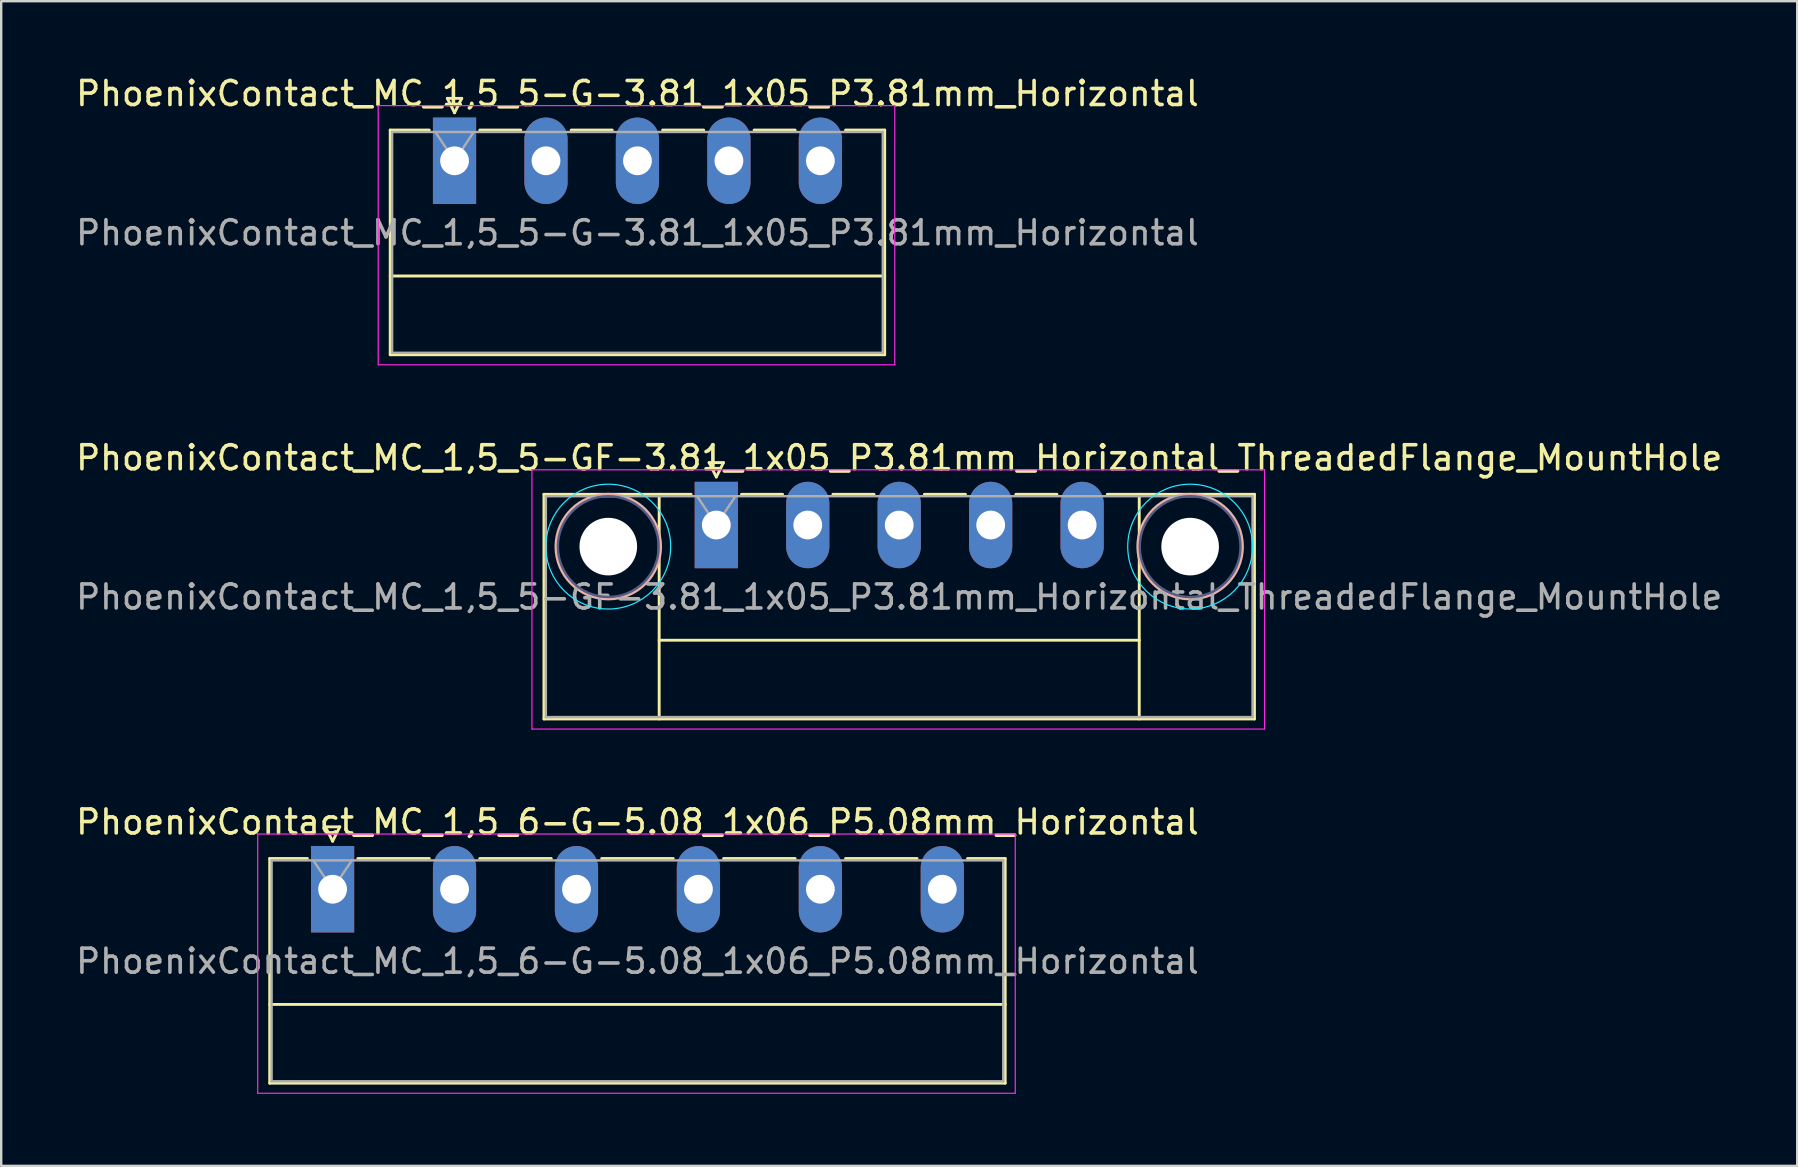
<source format=kicad_pcb>
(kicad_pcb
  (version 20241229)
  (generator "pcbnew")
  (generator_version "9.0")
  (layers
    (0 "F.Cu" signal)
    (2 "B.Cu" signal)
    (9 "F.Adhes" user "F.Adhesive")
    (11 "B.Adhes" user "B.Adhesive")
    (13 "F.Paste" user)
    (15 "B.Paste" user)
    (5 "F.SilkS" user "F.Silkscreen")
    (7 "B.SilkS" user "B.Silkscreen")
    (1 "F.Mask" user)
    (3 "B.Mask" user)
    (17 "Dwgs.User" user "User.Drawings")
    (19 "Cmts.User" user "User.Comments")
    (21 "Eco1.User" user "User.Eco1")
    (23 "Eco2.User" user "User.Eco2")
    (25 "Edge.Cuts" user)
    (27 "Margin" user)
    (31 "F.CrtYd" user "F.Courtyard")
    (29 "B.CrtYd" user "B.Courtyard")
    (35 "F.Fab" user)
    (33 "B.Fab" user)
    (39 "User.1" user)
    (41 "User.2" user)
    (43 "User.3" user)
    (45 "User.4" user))
  (footprint "PhoenixContact_MC_1,5_6-G-5.08_1x06_P5.08mm_Horizontal"
    (layer "F.Cu")
    (at 10.806 33.995)
    (property "Reference" "PhoenixContact_MC_1,5_6-G-5.08_1x06_P5.08mm_Horizontal" (at 12.7 -2.8 0) (layer "F.SilkS") (effects (font (size 1 1) (thickness 0.15))))
    (attr through_hole)
    (fp_line (start -2.62 -1.28) (end -2.62 8.08) (stroke (width 0.12) (type solid)) (layer "F.SilkS"))
    (fp_line (start -2.62 -1.28) (end -1.05 -1.28) (stroke (width 0.12) (type solid)) (layer "F.SilkS"))
    (fp_line (start -2.62 4.8) (end 28.02 4.8) (stroke (width 0.12) (type solid)) (layer "F.SilkS"))
    (fp_line (start -2.62 8.08) (end 28.02 8.08) (stroke (width 0.12) (type solid)) (layer "F.SilkS"))
    (fp_line (start -0.3 -2.6) (end 0.3 -2.6) (stroke (width 0.12) (type solid)) (layer "F.SilkS"))
    (fp_line (start 0 -2) (end -0.3 -2.6) (stroke (width 0.12) (type solid)) (layer "F.SilkS"))
    (fp_line (start 0.3 -2.6) (end 0 -2) (stroke (width 0.12) (type solid)) (layer "F.SilkS"))
    (fp_line (start 1.05 -1.28) (end 4.03 -1.28) (stroke (width 0.12) (type solid)) (layer "F.SilkS"))
    (fp_line (start 6.13 -1.28) (end 9.11 -1.28) (stroke (width 0.12) (type solid)) (layer "F.SilkS"))
    (fp_line (start 11.21 -1.28) (end 14.19 -1.28) (stroke (width 0.12) (type solid)) (layer "F.SilkS"))
    (fp_line (start 16.29 -1.28) (end 19.27 -1.28) (stroke (width 0.12) (type solid)) (layer "F.SilkS"))
    (fp_line (start 21.37 -1.28) (end 24.35 -1.28) (stroke (width 0.12) (type solid)) (layer "F.SilkS"))
    (fp_line (start 28.02 -1.28) (end 26.45 -1.28) (stroke (width 0.12) (type solid)) (layer "F.SilkS"))
    (fp_line (start 28.02 8.08) (end 28.02 -1.28) (stroke (width 0.12) (type solid)) (layer "F.SilkS"))
    (fp_line (start -3.12 -2.3) (end -3.12 8.5) (stroke (width 0.05) (type solid)) (layer "F.CrtYd"))
    (fp_line (start -3.12 8.5) (end 28.44 8.5) (stroke (width 0.05) (type solid)) (layer "F.CrtYd"))
    (fp_line (start 28.44 -2.3) (end -3.12 -2.3) (stroke (width 0.05) (type solid)) (layer "F.CrtYd"))
    (fp_line (start 28.44 8.5) (end 28.44 -2.3) (stroke (width 0.05) (type solid)) (layer "F.CrtYd"))
    (fp_line (start -2.54 -1.2) (end -2.54 8) (stroke (width 0.1) (type solid)) (layer "F.Fab"))
    (fp_line (start -2.54 8) (end 27.94 8) (stroke (width 0.1) (type solid)) (layer "F.Fab"))
    (fp_line (start 0 0) (end -0.8 -1.2) (stroke (width 0.1) (type solid)) (layer "F.Fab"))
    (fp_line (start 0.8 -1.2) (end 0 0) (stroke (width 0.1) (type solid)) (layer "F.Fab"))
    (fp_line (start 27.94 -1.2) (end -2.54 -1.2) (stroke (width 0.1) (type solid)) (layer "F.Fab"))
    (fp_line (start 27.94 8) (end 27.94 -1.2) (stroke (width 0.1) (type solid)) (layer "F.Fab"))
    (fp_text user "${REFERENCE}" (at 12.7 3 0) (layer "F.Fab") (effects (font (size 1 1) (thickness 0.15))))
    (pad "1" thru_hole rect (at 0 0) (size 1.8 3.6) (drill 1.2) (layers "*.Cu" "*.Mask"))
    (pad "2" thru_hole oval (at 5.08 0) (size 1.8 3.6) (drill 1.2) (layers "*.Cu" "*.Mask"))
    (pad "3" thru_hole oval (at 10.16 0) (size 1.8 3.6) (drill 1.2) (layers "*.Cu" "*.Mask"))
    (pad "4" thru_hole oval (at 15.24 0) (size 1.8 3.6) (drill 1.2) (layers "*.Cu" "*.Mask"))
    (pad "5" thru_hole oval (at 20.32 0) (size 1.8 3.6) (drill 1.2) (layers "*.Cu" "*.Mask"))
    (pad "6" thru_hole oval (at 25.4 0) (size 1.8 3.6) (drill 1.2) (layers "*.Cu" "*.Mask")))
  (footprint "PhoenixContact_MC_1,5_5-G-3.81_1x05_P3.81mm_Horizontal"
    (layer "F.Cu")
    (at 15.886 3.648)
    (property "Reference" "PhoenixContact_MC_1,5_5-G-3.81_1x05_P3.81mm_Horizontal" (at 7.62 -2.8 0) (layer "F.SilkS") (effects (font (size 1 1) (thickness 0.15))))
    (attr through_hole)
    (fp_line (start -2.68 -1.28) (end -2.68 8.08) (stroke (width 0.12) (type solid)) (layer "F.SilkS"))
    (fp_line (start -2.68 -1.28) (end -1.05 -1.28) (stroke (width 0.12) (type solid)) (layer "F.SilkS"))
    (fp_line (start -2.68 4.8) (end 17.92 4.8) (stroke (width 0.12) (type solid)) (layer "F.SilkS"))
    (fp_line (start -2.68 8.08) (end 17.92 8.08) (stroke (width 0.12) (type solid)) (layer "F.SilkS"))
    (fp_line (start -0.3 -2.6) (end 0.3 -2.6) (stroke (width 0.12) (type solid)) (layer "F.SilkS"))
    (fp_line (start 0 -2) (end -0.3 -2.6) (stroke (width 0.12) (type solid)) (layer "F.SilkS"))
    (fp_line (start 0.3 -2.6) (end 0 -2) (stroke (width 0.12) (type solid)) (layer "F.SilkS"))
    (fp_line (start 1.05 -1.28) (end 2.76 -1.28) (stroke (width 0.12) (type solid)) (layer "F.SilkS"))
    (fp_line (start 4.86 -1.28) (end 6.57 -1.28) (stroke (width 0.12) (type solid)) (layer "F.SilkS"))
    (fp_line (start 8.67 -1.28) (end 10.38 -1.28) (stroke (width 0.12) (type solid)) (layer "F.SilkS"))
    (fp_line (start 12.48 -1.28) (end 14.19 -1.28) (stroke (width 0.12) (type solid)) (layer "F.SilkS"))
    (fp_line (start 17.92 -1.28) (end 16.29 -1.28) (stroke (width 0.12) (type solid)) (layer "F.SilkS"))
    (fp_line (start 17.92 8.08) (end 17.92 -1.28) (stroke (width 0.12) (type solid)) (layer "F.SilkS"))
    (fp_line (start -3.18 -2.3) (end -3.18 8.5) (stroke (width 0.05) (type solid)) (layer "F.CrtYd"))
    (fp_line (start -3.18 8.5) (end 18.34 8.5) (stroke (width 0.05) (type solid)) (layer "F.CrtYd"))
    (fp_line (start 18.34 -2.3) (end -3.18 -2.3) (stroke (width 0.05) (type solid)) (layer "F.CrtYd"))
    (fp_line (start 18.34 8.5) (end 18.34 -2.3) (stroke (width 0.05) (type solid)) (layer "F.CrtYd"))
    (fp_line (start -2.6 -1.2) (end -2.6 8) (stroke (width 0.1) (type solid)) (layer "F.Fab"))
    (fp_line (start -2.6 8) (end 17.84 8) (stroke (width 0.1) (type solid)) (layer "F.Fab"))
    (fp_line (start 0 0) (end -0.8 -1.2) (stroke (width 0.1) (type solid)) (layer "F.Fab"))
    (fp_line (start 0.8 -1.2) (end 0 0) (stroke (width 0.1) (type solid)) (layer "F.Fab"))
    (fp_line (start 17.84 -1.2) (end -2.6 -1.2) (stroke (width 0.1) (type solid)) (layer "F.Fab"))
    (fp_line (start 17.84 8) (end 17.84 -1.2) (stroke (width 0.1) (type solid)) (layer "F.Fab"))
    (fp_text user "${REFERENCE}" (at 7.62 3 0) (layer "F.Fab") (effects (font (size 1 1) (thickness 0.15))))
    (pad "1" thru_hole rect (at 0 0) (size 1.8 3.6) (drill 1.2) (layers "*.Cu" "*.Mask"))
    (pad "2" thru_hole oval (at 3.81 0) (size 1.8 3.6) (drill 1.2) (layers "*.Cu" "*.Mask"))
    (pad "3" thru_hole oval (at 7.62 0) (size 1.8 3.6) (drill 1.2) (layers "*.Cu" "*.Mask"))
    (pad "4" thru_hole oval (at 11.43 0) (size 1.8 3.6) (drill 1.2) (layers "*.Cu" "*.Mask"))
    (pad "5" thru_hole oval (at 15.24 0) (size 1.8 3.6) (drill 1.2) (layers "*.Cu" "*.Mask")))
  (footprint "PhoenixContact_MC_1,5_5-GF-3.81_1x05_P3.81mm_Horizontal_ThreadedFlange_MountHole"
    (layer "F.Cu")
    (at 26.791 18.822)
    (property "Reference" "PhoenixContact_MC_1,5_5-GF-3.81_1x05_P3.81mm_Horizontal_ThreadedFlange_MountHole" (at 7.62 -2.8 0) (layer "F.SilkS") (effects (font (size 1 1) (thickness 0.15))))
    (attr through_hole)
    (fp_line (start -7.18 -1.28) (end -7.18 8.08) (stroke (width 0.12) (type solid)) (layer "F.SilkS"))
    (fp_line (start -7.18 -1.28) (end -1.05 -1.28) (stroke (width 0.12) (type solid)) (layer "F.SilkS"))
    (fp_line (start -7.18 8.08) (end 22.42 8.08) (stroke (width 0.12) (type solid)) (layer "F.SilkS"))
    (fp_line (start -2.38 -1.28) (end -2.38 8.08) (stroke (width 0.12) (type solid)) (layer "F.SilkS"))
    (fp_line (start -2.38 4.8) (end 17.62 4.8) (stroke (width 0.12) (type solid)) (layer "F.SilkS"))
    (fp_line (start -0.3 -2.6) (end 0.3 -2.6) (stroke (width 0.12) (type solid)) (layer "F.SilkS"))
    (fp_line (start 0 -2) (end -0.3 -2.6) (stroke (width 0.12) (type solid)) (layer "F.SilkS"))
    (fp_line (start 0.3 -2.6) (end 0 -2) (stroke (width 0.12) (type solid)) (layer "F.SilkS"))
    (fp_line (start 1.05 -1.28) (end 2.76 -1.28) (stroke (width 0.12) (type solid)) (layer "F.SilkS"))
    (fp_line (start 4.86 -1.28) (end 6.57 -1.28) (stroke (width 0.12) (type solid)) (layer "F.SilkS"))
    (fp_line (start 8.67 -1.28) (end 10.38 -1.28) (stroke (width 0.12) (type solid)) (layer "F.SilkS"))
    (fp_line (start 12.48 -1.28) (end 14.19 -1.28) (stroke (width 0.12) (type solid)) (layer "F.SilkS"))
    (fp_line (start 17.62 -1.28) (end 17.62 8.08) (stroke (width 0.12) (type solid)) (layer "F.SilkS"))
    (fp_line (start 22.42 -1.28) (end 16.29 -1.28) (stroke (width 0.12) (type solid)) (layer "F.SilkS"))
    (fp_line (start 22.42 8.08) (end 22.42 -1.28) (stroke (width 0.12) (type solid)) (layer "F.SilkS"))
    (fp_circle (center -4.5 0.9) (end -2.32 0.9) (stroke (width 0.12) (type solid)) (fill no) (layer "B.SilkS"))
    (fp_circle (center 19.74 0.9) (end 21.92 0.9) (stroke (width 0.12) (type solid)) (fill no) (layer "B.SilkS"))
    (fp_circle (center -4.5 0.9) (end -1.9 0.9) (stroke (width 0.05) (type solid)) (fill no) (layer "B.CrtYd"))
    (fp_circle (center 19.74 0.9) (end 22.34 0.9) (stroke (width 0.05) (type solid)) (fill no) (layer "B.CrtYd"))
    (fp_line (start -7.68 -2.3) (end -7.68 8.5) (stroke (width 0.05) (type solid)) (layer "F.CrtYd"))
    (fp_line (start -7.68 8.5) (end 22.84 8.5) (stroke (width 0.05) (type solid)) (layer "F.CrtYd"))
    (fp_line (start 22.84 -2.3) (end -7.68 -2.3) (stroke (width 0.05) (type solid)) (layer "F.CrtYd"))
    (fp_line (start 22.84 8.5) (end 22.84 -2.3) (stroke (width 0.05) (type solid)) (layer "F.CrtYd"))
    (fp_circle (center -4.5 0.9) (end -2.4 0.9) (stroke (width 0.1) (type solid)) (fill no) (layer "B.Fab"))
    (fp_circle (center 19.74 0.9) (end 21.84 0.9) (stroke (width 0.1) (type solid)) (fill no) (layer "B.Fab"))
    (fp_line (start -7.1 -1.2) (end -7.1 8) (stroke (width 0.1) (type solid)) (layer "F.Fab"))
    (fp_line (start -7.1 8) (end 22.34 8) (stroke (width 0.1) (type solid)) (layer "F.Fab"))
    (fp_line (start 0 0) (end -0.8 -1.2) (stroke (width 0.1) (type solid)) (layer "F.Fab"))
    (fp_line (start 0.8 -1.2) (end 0 0) (stroke (width 0.1) (type solid)) (layer "F.Fab"))
    (fp_line (start 22.34 -1.2) (end -7.1 -1.2) (stroke (width 0.1) (type solid)) (layer "F.Fab"))
    (fp_line (start 22.34 8) (end 22.34 -1.2) (stroke (width 0.1) (type solid)) (layer "F.Fab"))
    (fp_text user "${REFERENCE}" (at 7.62 3 0) (layer "F.Fab") (effects (font (size 1 1) (thickness 0.15))))
    (pad "" np_thru_hole circle (at -4.5 0.9) (size 2.4 2.4) (drill 2.4) (layers "*.Cu" "*.Mask"))
    (pad "" np_thru_hole circle (at 19.74 0.9) (size 2.4 2.4) (drill 2.4) (layers "*.Cu" "*.Mask"))
    (pad "1" thru_hole rect (at 0 0) (size 1.8 3.6) (drill 1.2) (layers "*.Cu" "*.Mask"))
    (pad "2" thru_hole oval (at 3.81 0) (size 1.8 3.6) (drill 1.2) (layers "*.Cu" "*.Mask"))
    (pad "3" thru_hole oval (at 7.62 0) (size 1.8 3.6) (drill 1.2) (layers "*.Cu" "*.Mask"))
    (pad "4" thru_hole oval (at 11.43 0) (size 1.8 3.6) (drill 1.2) (layers "*.Cu" "*.Mask"))
    (pad "5" thru_hole oval (at 15.24 0) (size 1.8 3.6) (drill 1.2) (layers "*.Cu" "*.Mask")))
  (gr_rect
    (start -3 -3)
    (end 71.821 45.52)
    (stroke (width 0.1) (type default))
    (fill no)
    (layer "Edge.Cuts")))
</source>
